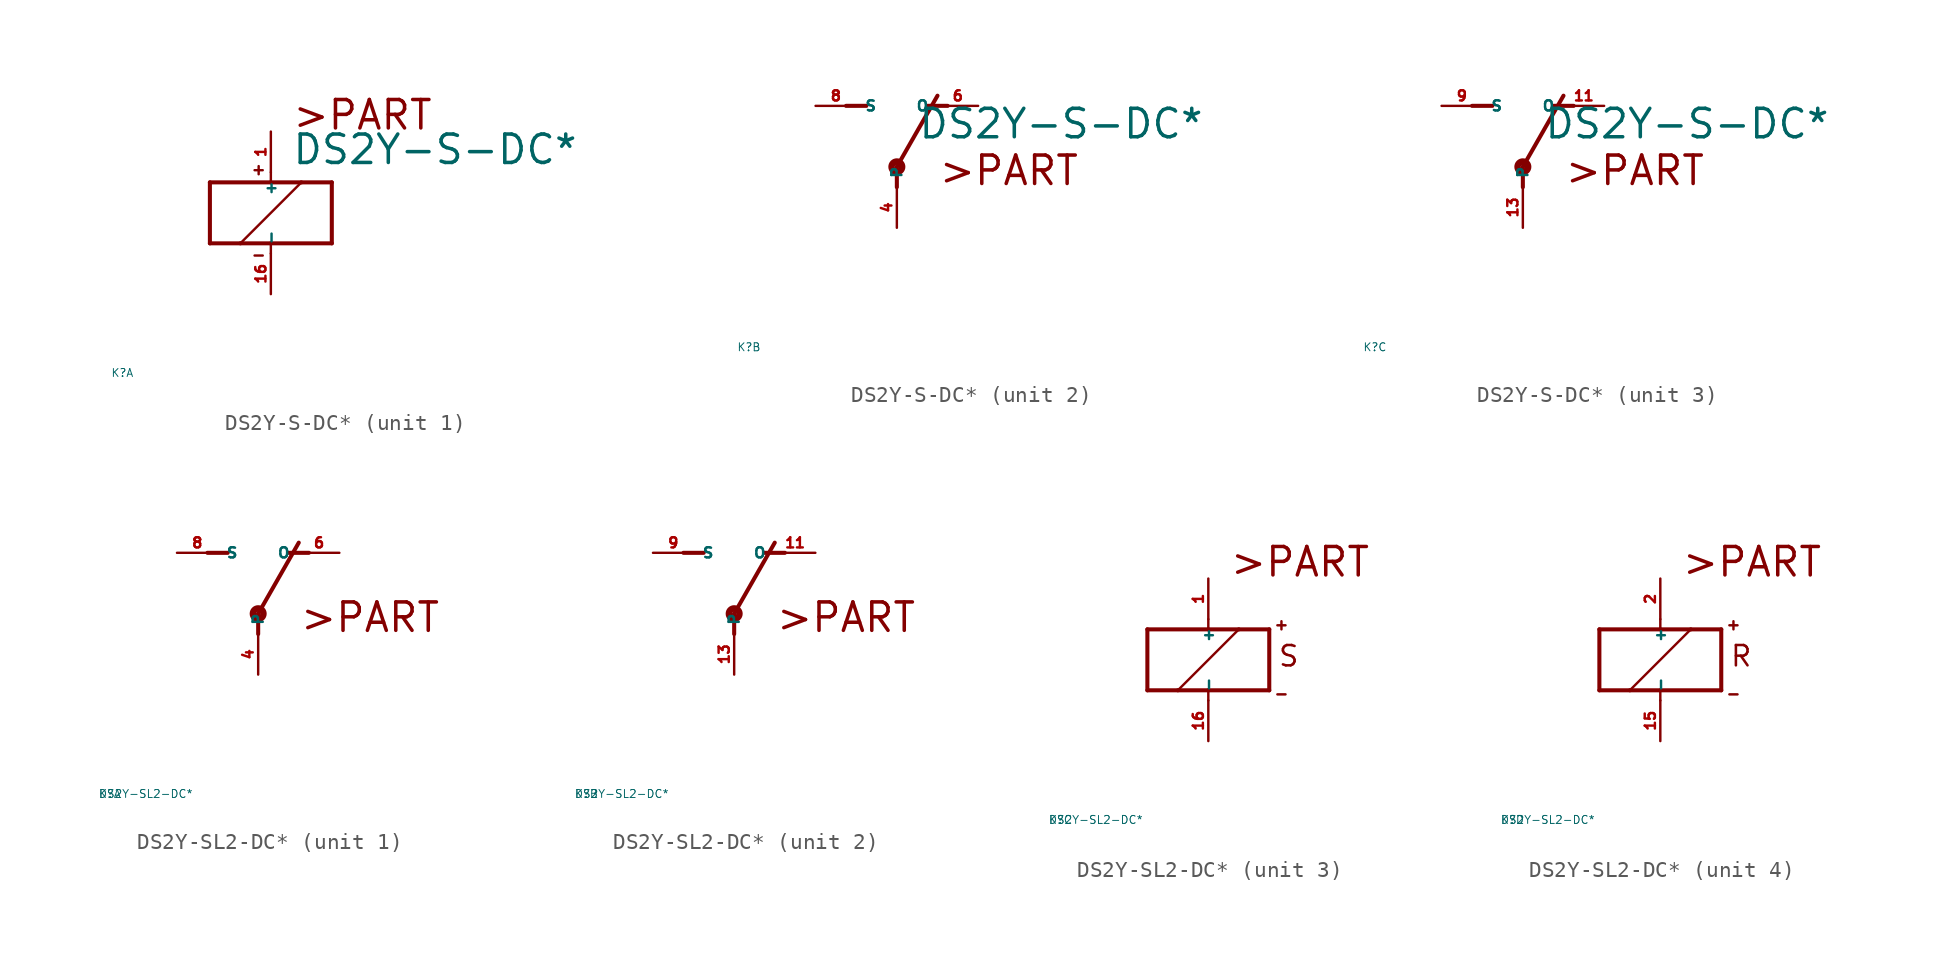
<source format=kicad_sym>
(kicad_symbol_lib
  (version 20220914)
  (generator Eagle2Kicad)
  (symbol "DS2Y-S-DC*"
    (property "Reference" "K"
      (at -10 -10 0)
      (effects (font (size 0.5 0.5) (thickness 0.06)) (justify left)))
    (property "Value" "DS2Y-S-DC*"
      (at 1.27 2.921 0)
      (effects (font (size 1.778 1.778) (thickness 0.22)) (justify left bottom)))
    (symbol "DS2Y-S-DC*_1_0"
      (polyline (pts (xy -3.81 -1.905) (xy -1.905 -1.905)) (stroke (width 0.254) (type default)) (fill (type none)))
      (polyline (pts (xy 3.81 -1.905) (xy 3.81 1.905)) (stroke (width 0.254) (type default)) (fill (type none)))
      (polyline (pts (xy 3.81 1.905) (xy 1.905 1.905)) (stroke (width 0.254) (type default)) (fill (type none)))
      (polyline (pts (xy -3.81 1.905) (xy -3.81 -1.905)) (stroke (width 0.254) (type default)) (fill (type none)))
      (polyline (pts (xy 0 -2.54) (xy 0 -1.905)) (stroke (width 0.152) (type default)) (fill (type none)))
      (polyline (pts (xy 0 -1.905) (xy 3.81 -1.905)) (stroke (width 0.254) (type default)) (fill (type none)))
      (polyline (pts (xy 0 2.54) (xy 0 1.905)) (stroke (width 0.152) (type default)) (fill (type none)))
      (polyline (pts (xy 0 1.905) (xy -3.81 1.905)) (stroke (width 0.254) (type default)) (fill (type none)))
      (polyline (pts (xy -1.905 -1.905) (xy 1.905 1.905)) (stroke (width 0.152) (type default)) (fill (type none)))
      (polyline (pts (xy -1.905 -1.905) (xy 0 -1.905)) (stroke (width 0.254) (type default)) (fill (type none)))
      (polyline (pts (xy 1.905 1.905) (xy 0 1.905)) (stroke (width 0.254) (type default)) (fill (type none)))
      (polyline (pts (xy -1.016 2.667) (xy -0.508 2.667)) (stroke (width 0.152) (type default)) (fill (type none)))
      (polyline (pts (xy -0.762 2.921) (xy -0.762 2.413)) (stroke (width 0.152) (type default)) (fill (type none)))
      (polyline (pts (xy -1.016 -2.667) (xy -0.508 -2.667)) (stroke (width 0.152) (type default)) (fill (type none)))
      (text ">PART" (at 1.27 5.08 0) (effects (font (size 1.778 1.778) (thickness 0.22)) (justify left bottom)))
      (pin passive line (at 0 -5.08 90) (length 2.54) (name "-" (effects (font (size 0.635 0.635) (thickness 0.08)) (justify left bottom))) (number "16" (effects (font (size 0.635 0.635) (thickness 0.08)) (justify left bottom))))
      (pin passive line (at 0 5.08 270) (length 2.54) (name "+" (effects (font (size 0.635 0.635) (thickness 0.08)) (justify left bottom))) (number "1" (effects (font (size 0.635 0.635) (thickness 0.08)) (justify left bottom)))))
    (symbol "DS2Y-S-DC*_2_0"
      (polyline (pts (xy 3.175 5.08) (xy 1.905 5.08)) (stroke (width 0.254) (type default)) (fill (type none)))
      (polyline (pts (xy -3.175 5.08) (xy -1.905 5.08)) (stroke (width 0.254) (type default)) (fill (type none)))
      (polyline (pts (xy 0 1.27) (xy 2.54 5.715)) (stroke (width 0.254) (type default)) (fill (type none)))
      (polyline (pts (xy 0 1.27) (xy 0 0)) (stroke (width 0.254) (type default)) (fill (type none)))
      (text ">PART" (at 2.54 0 0) (effects (font (size 1.778 1.778) (thickness 0.22)) (justify left bottom)))
      (circle (center 0 1.27) (radius 0.127) (stroke (width 0.406) (type default)) (fill (type none)))
      (pin passive line (at 5.08 5.08 180) (length 2.54) (name "O" (effects (font (size 0.635 0.635) (thickness 0.08)) (justify left bottom))) (number "6" (effects (font (size 0.635 0.635) (thickness 0.08)) (justify left bottom))))
      (pin passive line (at -5.08 5.08 0) (length 2.54) (name "S" (effects (font (size 0.635 0.635) (thickness 0.08)) (justify left bottom))) (number "8" (effects (font (size 0.635 0.635) (thickness 0.08)) (justify left bottom))))
      (pin passive line (at 0 -2.54 90) (length 2.54) (name "P" (effects (font (size 0.635 0.635) (thickness 0.08)) (justify left bottom))) (number "4" (effects (font (size 0.635 0.635) (thickness 0.08)) (justify left bottom)))))
    (symbol "DS2Y-S-DC*_3_0"
      (polyline (pts (xy 3.175 5.08) (xy 1.905 5.08)) (stroke (width 0.254) (type default)) (fill (type none)))
      (polyline (pts (xy -3.175 5.08) (xy -1.905 5.08)) (stroke (width 0.254) (type default)) (fill (type none)))
      (polyline (pts (xy 0 1.27) (xy 2.54 5.715)) (stroke (width 0.254) (type default)) (fill (type none)))
      (polyline (pts (xy 0 1.27) (xy 0 0)) (stroke (width 0.254) (type default)) (fill (type none)))
      (text ">PART" (at 2.54 0 0) (effects (font (size 1.778 1.778) (thickness 0.22)) (justify left bottom)))
      (circle (center 0 1.27) (radius 0.127) (stroke (width 0.406) (type default)) (fill (type none)))
      (pin passive line (at 5.08 5.08 180) (length 2.54) (name "O" (effects (font (size 0.635 0.635) (thickness 0.08)) (justify left bottom))) (number "11" (effects (font (size 0.635 0.635) (thickness 0.08)) (justify left bottom))))
      (pin passive line (at -5.08 5.08 0) (length 2.54) (name "S" (effects (font (size 0.635 0.635) (thickness 0.08)) (justify left bottom))) (number "9" (effects (font (size 0.635 0.635) (thickness 0.08)) (justify left bottom))))
      (pin passive line (at 0 -2.54 90) (length 2.54) (name "P" (effects (font (size 0.635 0.635) (thickness 0.08)) (justify left bottom))) (number "13" (effects (font (size 0.635 0.635) (thickness 0.08)) (justify left bottom))))))
  (symbol "DS2Y-SL2-DC*"
    (property "Reference" "K"
      (at -10 -10 0)
      (effects (font (size 0.5 0.5) (thickness 0.06)) (justify left)))
    (property "Value" "DS2Y-SL2-DC*"
      (at -10 -10 0)
      (effects (font (size 0.5 0.5) (thickness 0.06)) (justify left)))
    (symbol "DS2Y-SL2-DC*_1_0"
      (polyline (pts (xy 3.175 5.08) (xy 1.905 5.08)) (stroke (width 0.254) (type default)) (fill (type none)))
      (polyline (pts (xy -3.175 5.08) (xy -1.905 5.08)) (stroke (width 0.254) (type default)) (fill (type none)))
      (polyline (pts (xy 0 1.27) (xy 2.54 5.715)) (stroke (width 0.254) (type default)) (fill (type none)))
      (polyline (pts (xy 0 1.27) (xy 0 0)) (stroke (width 0.254) (type default)) (fill (type none)))
      (text ">PART" (at 2.54 0 0) (effects (font (size 1.778 1.778) (thickness 0.22)) (justify left bottom)))
      (circle (center 0 1.27) (radius 0.127) (stroke (width 0.406) (type default)) (fill (type none)))
      (pin passive line (at 5.08 5.08 180) (length 2.54) (name "O" (effects (font (size 0.635 0.635) (thickness 0.08)) (justify left bottom))) (number "6" (effects (font (size 0.635 0.635) (thickness 0.08)) (justify left bottom))))
      (pin passive line (at -5.08 5.08 0) (length 2.54) (name "S" (effects (font (size 0.635 0.635) (thickness 0.08)) (justify left bottom))) (number "8" (effects (font (size 0.635 0.635) (thickness 0.08)) (justify left bottom))))
      (pin passive line (at 0 -2.54 90) (length 2.54) (name "P" (effects (font (size 0.635 0.635) (thickness 0.08)) (justify left bottom))) (number "4" (effects (font (size 0.635 0.635) (thickness 0.08)) (justify left bottom)))))
    (symbol "DS2Y-SL2-DC*_2_0"
      (polyline (pts (xy 3.175 5.08) (xy 1.905 5.08)) (stroke (width 0.254) (type default)) (fill (type none)))
      (polyline (pts (xy -3.175 5.08) (xy -1.905 5.08)) (stroke (width 0.254) (type default)) (fill (type none)))
      (polyline (pts (xy 0 1.27) (xy 2.54 5.715)) (stroke (width 0.254) (type default)) (fill (type none)))
      (polyline (pts (xy 0 1.27) (xy 0 0)) (stroke (width 0.254) (type default)) (fill (type none)))
      (text ">PART" (at 2.54 0 0) (effects (font (size 1.778 1.778) (thickness 0.22)) (justify left bottom)))
      (circle (center 0 1.27) (radius 0.127) (stroke (width 0.406) (type default)) (fill (type none)))
      (pin passive line (at 5.08 5.08 180) (length 2.54) (name "O" (effects (font (size 0.635 0.635) (thickness 0.08)) (justify left bottom))) (number "11" (effects (font (size 0.635 0.635) (thickness 0.08)) (justify left bottom))))
      (pin passive line (at -5.08 5.08 0) (length 2.54) (name "S" (effects (font (size 0.635 0.635) (thickness 0.08)) (justify left bottom))) (number "9" (effects (font (size 0.635 0.635) (thickness 0.08)) (justify left bottom))))
      (pin passive line (at 0 -2.54 90) (length 2.54) (name "P" (effects (font (size 0.635 0.635) (thickness 0.08)) (justify left bottom))) (number "13" (effects (font (size 0.635 0.635) (thickness 0.08)) (justify left bottom)))))
    (symbol "DS2Y-SL2-DC*_3_0"
      (polyline (pts (xy -3.81 -1.905) (xy -1.905 -1.905)) (stroke (width 0.254) (type default)) (fill (type none)))
      (polyline (pts (xy 3.81 -1.905) (xy 3.81 1.905)) (stroke (width 0.254) (type default)) (fill (type none)))
      (polyline (pts (xy 3.81 1.905) (xy 1.905 1.905)) (stroke (width 0.254) (type default)) (fill (type none)))
      (polyline (pts (xy -3.81 1.905) (xy -3.81 -1.905)) (stroke (width 0.254) (type default)) (fill (type none)))
      (polyline (pts (xy 0 -2.54) (xy 0 -1.905)) (stroke (width 0.152) (type default)) (fill (type none)))
      (polyline (pts (xy 0 -1.905) (xy 3.81 -1.905)) (stroke (width 0.254) (type default)) (fill (type none)))
      (polyline (pts (xy 0 2.54) (xy 0 1.905)) (stroke (width 0.152) (type default)) (fill (type none)))
      (polyline (pts (xy 0 1.905) (xy -3.81 1.905)) (stroke (width 0.254) (type default)) (fill (type none)))
      (polyline (pts (xy -1.905 -1.905) (xy 1.905 1.905)) (stroke (width 0.152) (type default)) (fill (type none)))
      (polyline (pts (xy -1.905 -1.905) (xy 0 -1.905)) (stroke (width 0.254) (type default)) (fill (type none)))
      (polyline (pts (xy 1.905 1.905) (xy 0 1.905)) (stroke (width 0.254) (type default)) (fill (type none)))
      (polyline (pts (xy 4.318 2.159) (xy 4.826 2.159)) (stroke (width 0.152) (type default)) (fill (type none)))
      (polyline (pts (xy 4.572 2.413) (xy 4.572 1.905)) (stroke (width 0.152) (type default)) (fill (type none)))
      (polyline (pts (xy 4.318 -2.159) (xy 4.826 -2.159)) (stroke (width 0.152) (type default)) (fill (type none)))
      (text ">PART" (at 1.27 5.08 0) (effects (font (size 1.778 1.778) (thickness 0.22)) (justify left bottom)))
      (text "S" (at 4.318 -0.508 0) (effects (font (size 1.27 1.27) (thickness 0.16)) (justify left bottom)))
      (pin passive line (at 0 -5.08 90) (length 2.54) (name "-" (effects (font (size 0.635 0.635) (thickness 0.08)) (justify left bottom))) (number "16" (effects (font (size 0.635 0.635) (thickness 0.08)) (justify left bottom))))
      (pin passive line (at 0 5.08 270) (length 2.54) (name "+" (effects (font (size 0.635 0.635) (thickness 0.08)) (justify left bottom))) (number "1" (effects (font (size 0.635 0.635) (thickness 0.08)) (justify left bottom)))))
    (symbol "DS2Y-SL2-DC*_4_0"
      (polyline (pts (xy -3.81 -1.905) (xy -1.905 -1.905)) (stroke (width 0.254) (type default)) (fill (type none)))
      (polyline (pts (xy 3.81 -1.905) (xy 3.81 1.905)) (stroke (width 0.254) (type default)) (fill (type none)))
      (polyline (pts (xy 3.81 1.905) (xy 1.905 1.905)) (stroke (width 0.254) (type default)) (fill (type none)))
      (polyline (pts (xy -3.81 1.905) (xy -3.81 -1.905)) (stroke (width 0.254) (type default)) (fill (type none)))
      (polyline (pts (xy 0 -2.54) (xy 0 -1.905)) (stroke (width 0.152) (type default)) (fill (type none)))
      (polyline (pts (xy 0 -1.905) (xy 3.81 -1.905)) (stroke (width 0.254) (type default)) (fill (type none)))
      (polyline (pts (xy 0 2.54) (xy 0 1.905)) (stroke (width 0.152) (type default)) (fill (type none)))
      (polyline (pts (xy 0 1.905) (xy -3.81 1.905)) (stroke (width 0.254) (type default)) (fill (type none)))
      (polyline (pts (xy -1.905 -1.905) (xy 1.905 1.905)) (stroke (width 0.152) (type default)) (fill (type none)))
      (polyline (pts (xy -1.905 -1.905) (xy 0 -1.905)) (stroke (width 0.254) (type default)) (fill (type none)))
      (polyline (pts (xy 1.905 1.905) (xy 0 1.905)) (stroke (width 0.254) (type default)) (fill (type none)))
      (polyline (pts (xy 4.318 2.159) (xy 4.826 2.159)) (stroke (width 0.152) (type default)) (fill (type none)))
      (polyline (pts (xy 4.572 2.413) (xy 4.572 1.905)) (stroke (width 0.152) (type default)) (fill (type none)))
      (polyline (pts (xy 4.318 -2.159) (xy 4.826 -2.159)) (stroke (width 0.152) (type default)) (fill (type none)))
      (text ">PART" (at 1.27 5.08 0) (effects (font (size 1.778 1.778) (thickness 0.22)) (justify left bottom)))
      (text "R" (at 4.318 -0.508 0) (effects (font (size 1.27 1.27) (thickness 0.16)) (justify left bottom)))
      (pin passive line (at 0 -5.08 90) (length 2.54) (name "-" (effects (font (size 0.635 0.635) (thickness 0.08)) (justify left bottom))) (number "15" (effects (font (size 0.635 0.635) (thickness 0.08)) (justify left bottom))))
      (pin passive line (at 0 5.08 270) (length 2.54) (name "+" (effects (font (size 0.635 0.635) (thickness 0.08)) (justify left bottom))) (number "2" (effects (font (size 0.635 0.635) (thickness 0.08)) (justify left bottom)))))))
</source>
